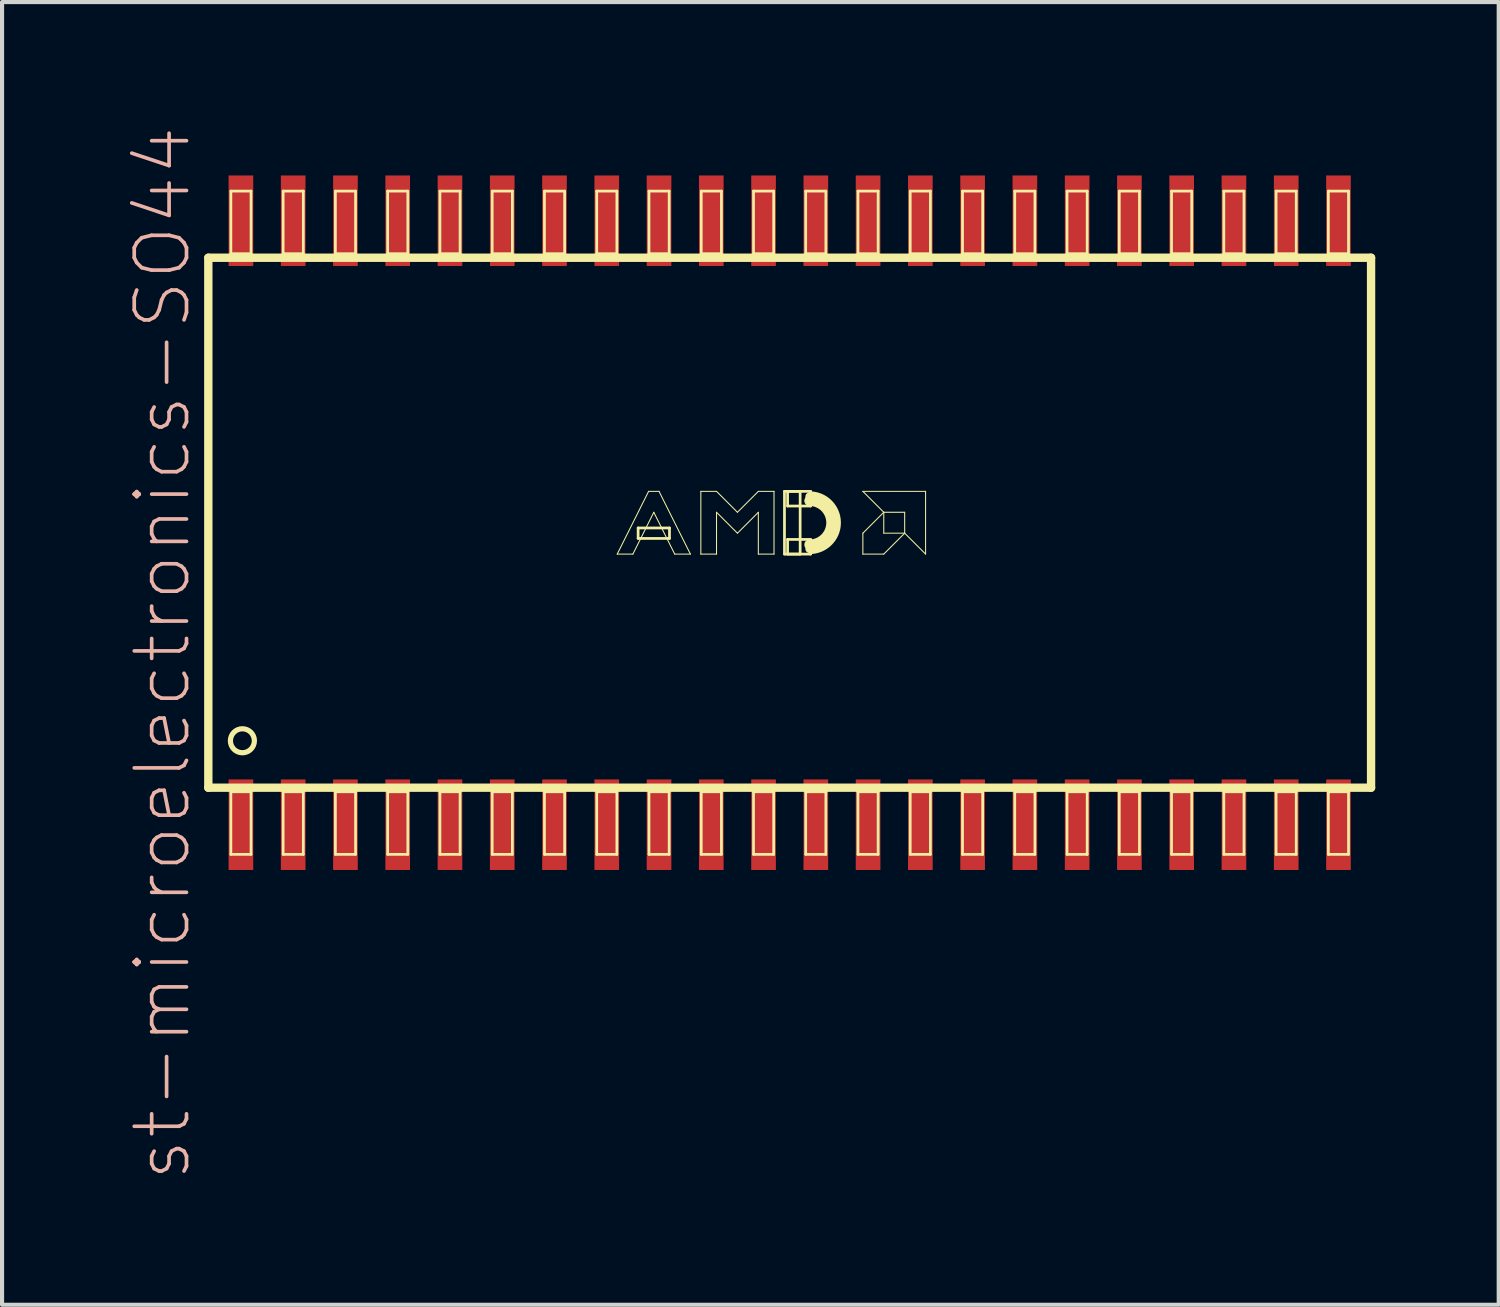
<source format=kicad_pcb>
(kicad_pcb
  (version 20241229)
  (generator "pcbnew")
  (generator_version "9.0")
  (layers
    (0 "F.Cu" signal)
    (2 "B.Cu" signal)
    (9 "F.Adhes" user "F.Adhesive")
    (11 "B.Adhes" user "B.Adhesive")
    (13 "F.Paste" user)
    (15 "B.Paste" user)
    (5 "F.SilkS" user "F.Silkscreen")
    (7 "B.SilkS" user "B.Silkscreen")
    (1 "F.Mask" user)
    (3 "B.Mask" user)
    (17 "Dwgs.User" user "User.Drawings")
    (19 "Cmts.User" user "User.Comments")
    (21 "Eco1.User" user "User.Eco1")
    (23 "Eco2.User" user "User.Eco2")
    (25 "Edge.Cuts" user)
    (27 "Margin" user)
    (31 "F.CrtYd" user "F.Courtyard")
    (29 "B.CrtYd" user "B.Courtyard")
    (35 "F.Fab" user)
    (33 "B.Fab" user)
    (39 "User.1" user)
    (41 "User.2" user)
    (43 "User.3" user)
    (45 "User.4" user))
  (footprint "st-microelectronics-SO44"
    (layer "F.Cu")
    (at 16.139 9.652)
    (property "Reference" "st-microelectronics-SO44" (at -15.24 3.175 90) (layer "B.SilkS") (effects (font (size 1.27 1.27) (thickness 0.089))))
    (attr smd)
    (fp_line (start -14.127 -6.439) (end 14.127 -6.439) (stroke (width 0.203) (type solid)) (layer "F.SilkS"))
    (fp_line (start -14.127 6.439) (end -14.127 -6.439) (stroke (width 0.203) (type solid)) (layer "F.SilkS"))
    (fp_line (start -13.579 -8.059) (end -13.089 -8.059) (stroke (width 0.066) (type solid)) (layer "F.SilkS"))
    (fp_line (start -13.579 -6.538) (end -13.579 -8.059) (stroke (width 0.066) (type solid)) (layer "F.SilkS"))
    (fp_line (start -13.579 -6.538) (end -13.089 -6.538) (stroke (width 0.066) (type solid)) (layer "F.SilkS"))
    (fp_line (start -13.579 6.538) (end -13.089 6.538) (stroke (width 0.066) (type solid)) (layer "F.SilkS"))
    (fp_line (start -13.579 8.059) (end -13.579 6.538) (stroke (width 0.066) (type solid)) (layer "F.SilkS"))
    (fp_line (start -13.579 8.059) (end -13.089 8.059) (stroke (width 0.066) (type solid)) (layer "F.SilkS"))
    (fp_line (start -13.089 -6.538) (end -13.089 -8.059) (stroke (width 0.066) (type solid)) (layer "F.SilkS"))
    (fp_line (start -13.089 8.059) (end -13.089 6.538) (stroke (width 0.066) (type solid)) (layer "F.SilkS"))
    (fp_line (start -12.309 -8.059) (end -11.819 -8.059) (stroke (width 0.066) (type solid)) (layer "F.SilkS"))
    (fp_line (start -12.309 -6.538) (end -12.309 -8.059) (stroke (width 0.066) (type solid)) (layer "F.SilkS"))
    (fp_line (start -12.309 -6.538) (end -11.819 -6.538) (stroke (width 0.066) (type solid)) (layer "F.SilkS"))
    (fp_line (start -12.309 6.538) (end -11.819 6.538) (stroke (width 0.066) (type solid)) (layer "F.SilkS"))
    (fp_line (start -12.309 8.059) (end -12.309 6.538) (stroke (width 0.066) (type solid)) (layer "F.SilkS"))
    (fp_line (start -12.309 8.059) (end -11.819 8.059) (stroke (width 0.066) (type solid)) (layer "F.SilkS"))
    (fp_line (start -11.819 -6.538) (end -11.819 -8.059) (stroke (width 0.066) (type solid)) (layer "F.SilkS"))
    (fp_line (start -11.819 8.059) (end -11.819 6.538) (stroke (width 0.066) (type solid)) (layer "F.SilkS"))
    (fp_line (start -11.039 -8.059) (end -10.549 -8.059) (stroke (width 0.066) (type solid)) (layer "F.SilkS"))
    (fp_line (start -11.039 -6.538) (end -11.039 -8.059) (stroke (width 0.066) (type solid)) (layer "F.SilkS"))
    (fp_line (start -11.039 -6.538) (end -10.549 -6.538) (stroke (width 0.066) (type solid)) (layer "F.SilkS"))
    (fp_line (start -11.039 6.538) (end -10.549 6.538) (stroke (width 0.066) (type solid)) (layer "F.SilkS"))
    (fp_line (start -11.039 8.059) (end -11.039 6.538) (stroke (width 0.066) (type solid)) (layer "F.SilkS"))
    (fp_line (start -11.039 8.059) (end -10.549 8.059) (stroke (width 0.066) (type solid)) (layer "F.SilkS"))
    (fp_line (start -10.549 -6.538) (end -10.549 -8.059) (stroke (width 0.066) (type solid)) (layer "F.SilkS"))
    (fp_line (start -10.549 8.059) (end -10.549 6.538) (stroke (width 0.066) (type solid)) (layer "F.SilkS"))
    (fp_line (start -9.769 -8.059) (end -9.279 -8.059) (stroke (width 0.066) (type solid)) (layer "F.SilkS"))
    (fp_line (start -9.769 -6.538) (end -9.769 -8.059) (stroke (width 0.066) (type solid)) (layer "F.SilkS"))
    (fp_line (start -9.769 -6.538) (end -9.279 -6.538) (stroke (width 0.066) (type solid)) (layer "F.SilkS"))
    (fp_line (start -9.769 6.538) (end -9.279 6.538) (stroke (width 0.066) (type solid)) (layer "F.SilkS"))
    (fp_line (start -9.769 8.059) (end -9.769 6.538) (stroke (width 0.066) (type solid)) (layer "F.SilkS"))
    (fp_line (start -9.769 8.059) (end -9.279 8.059) (stroke (width 0.066) (type solid)) (layer "F.SilkS"))
    (fp_line (start -9.279 -6.538) (end -9.279 -8.059) (stroke (width 0.066) (type solid)) (layer "F.SilkS"))
    (fp_line (start -9.279 8.059) (end -9.279 6.538) (stroke (width 0.066) (type solid)) (layer "F.SilkS"))
    (fp_line (start -8.499 -8.059) (end -8.009 -8.059) (stroke (width 0.066) (type solid)) (layer "F.SilkS"))
    (fp_line (start -8.499 -6.538) (end -8.499 -8.059) (stroke (width 0.066) (type solid)) (layer "F.SilkS"))
    (fp_line (start -8.499 -6.538) (end -8.009 -6.538) (stroke (width 0.066) (type solid)) (layer "F.SilkS"))
    (fp_line (start -8.499 6.538) (end -8.009 6.538) (stroke (width 0.066) (type solid)) (layer "F.SilkS"))
    (fp_line (start -8.499 8.059) (end -8.499 6.538) (stroke (width 0.066) (type solid)) (layer "F.SilkS"))
    (fp_line (start -8.499 8.059) (end -8.009 8.059) (stroke (width 0.066) (type solid)) (layer "F.SilkS"))
    (fp_line (start -8.009 -6.538) (end -8.009 -8.059) (stroke (width 0.066) (type solid)) (layer "F.SilkS"))
    (fp_line (start -8.009 8.059) (end -8.009 6.538) (stroke (width 0.066) (type solid)) (layer "F.SilkS"))
    (fp_line (start -7.229 -8.059) (end -6.739 -8.059) (stroke (width 0.066) (type solid)) (layer "F.SilkS"))
    (fp_line (start -7.229 -6.538) (end -7.229 -8.059) (stroke (width 0.066) (type solid)) (layer "F.SilkS"))
    (fp_line (start -7.229 -6.538) (end -6.739 -6.538) (stroke (width 0.066) (type solid)) (layer "F.SilkS"))
    (fp_line (start -7.229 6.538) (end -6.739 6.538) (stroke (width 0.066) (type solid)) (layer "F.SilkS"))
    (fp_line (start -7.229 8.059) (end -7.229 6.538) (stroke (width 0.066) (type solid)) (layer "F.SilkS"))
    (fp_line (start -7.229 8.059) (end -6.739 8.059) (stroke (width 0.066) (type solid)) (layer "F.SilkS"))
    (fp_line (start -6.739 -6.538) (end -6.739 -8.059) (stroke (width 0.066) (type solid)) (layer "F.SilkS"))
    (fp_line (start -6.739 8.059) (end -6.739 6.538) (stroke (width 0.066) (type solid)) (layer "F.SilkS"))
    (fp_line (start -5.959 -8.059) (end -5.469 -8.059) (stroke (width 0.066) (type solid)) (layer "F.SilkS"))
    (fp_line (start -5.959 -6.538) (end -5.959 -8.059) (stroke (width 0.066) (type solid)) (layer "F.SilkS"))
    (fp_line (start -5.959 -6.538) (end -5.469 -6.538) (stroke (width 0.066) (type solid)) (layer "F.SilkS"))
    (fp_line (start -5.959 6.538) (end -5.469 6.538) (stroke (width 0.066) (type solid)) (layer "F.SilkS"))
    (fp_line (start -5.959 8.059) (end -5.959 6.538) (stroke (width 0.066) (type solid)) (layer "F.SilkS"))
    (fp_line (start -5.959 8.059) (end -5.469 8.059) (stroke (width 0.066) (type solid)) (layer "F.SilkS"))
    (fp_line (start -5.469 -6.538) (end -5.469 -8.059) (stroke (width 0.066) (type solid)) (layer "F.SilkS"))
    (fp_line (start -5.469 8.059) (end -5.469 6.538) (stroke (width 0.066) (type solid)) (layer "F.SilkS"))
    (fp_line (start -4.689 -8.059) (end -4.199 -8.059) (stroke (width 0.066) (type solid)) (layer "F.SilkS"))
    (fp_line (start -4.689 -6.538) (end -4.689 -8.059) (stroke (width 0.066) (type solid)) (layer "F.SilkS"))
    (fp_line (start -4.689 -6.538) (end -4.199 -6.538) (stroke (width 0.066) (type solid)) (layer "F.SilkS"))
    (fp_line (start -4.689 6.538) (end -4.199 6.538) (stroke (width 0.066) (type solid)) (layer "F.SilkS"))
    (fp_line (start -4.689 8.059) (end -4.689 6.538) (stroke (width 0.066) (type solid)) (layer "F.SilkS"))
    (fp_line (start -4.689 8.059) (end -4.199 8.059) (stroke (width 0.066) (type solid)) (layer "F.SilkS"))
    (fp_line (start -4.199 -6.538) (end -4.199 -8.059) (stroke (width 0.066) (type solid)) (layer "F.SilkS"))
    (fp_line (start -4.199 8.059) (end -4.199 6.538) (stroke (width 0.066) (type solid)) (layer "F.SilkS"))
    (fp_line (start -4.191 0.762) (end -3.429 -0.762) (stroke (width 0.025) (type solid)) (layer "F.SilkS"))
    (fp_line (start -3.81 0.762) (end -4.191 0.762) (stroke (width 0.025) (type solid)) (layer "F.SilkS"))
    (fp_line (start -3.683 0.127) (end -2.921 0.127) (stroke (width 0.066) (type solid)) (layer "F.SilkS"))
    (fp_line (start -3.683 0.381) (end -3.683 0.127) (stroke (width 0.066) (type solid)) (layer "F.SilkS"))
    (fp_line (start -3.683 0.381) (end -2.921 0.381) (stroke (width 0.066) (type solid)) (layer "F.SilkS"))
    (fp_line (start -3.429 -0.762) (end -3.175 -0.762) (stroke (width 0.025) (type solid)) (layer "F.SilkS"))
    (fp_line (start -3.419 -8.059) (end -2.929 -8.059) (stroke (width 0.066) (type solid)) (layer "F.SilkS"))
    (fp_line (start -3.419 -6.538) (end -3.419 -8.059) (stroke (width 0.066) (type solid)) (layer "F.SilkS"))
    (fp_line (start -3.419 -6.538) (end -2.929 -6.538) (stroke (width 0.066) (type solid)) (layer "F.SilkS"))
    (fp_line (start -3.419 6.538) (end -2.929 6.538) (stroke (width 0.066) (type solid)) (layer "F.SilkS"))
    (fp_line (start -3.419 8.059) (end -3.419 6.538) (stroke (width 0.066) (type solid)) (layer "F.SilkS"))
    (fp_line (start -3.419 8.059) (end -2.929 8.059) (stroke (width 0.066) (type solid)) (layer "F.SilkS"))
    (fp_line (start -3.302 -0.254) (end -3.81 0.762) (stroke (width 0.025) (type solid)) (layer "F.SilkS"))
    (fp_line (start -3.175 -0.762) (end -2.413 0.762) (stroke (width 0.025) (type solid)) (layer "F.SilkS"))
    (fp_line (start -2.929 -6.538) (end -2.929 -8.059) (stroke (width 0.066) (type solid)) (layer "F.SilkS"))
    (fp_line (start -2.929 8.059) (end -2.929 6.538) (stroke (width 0.066) (type solid)) (layer "F.SilkS"))
    (fp_line (start -2.921 0.381) (end -2.921 0.127) (stroke (width 0.066) (type solid)) (layer "F.SilkS"))
    (fp_line (start -2.794 0.762) (end -3.302 -0.254) (stroke (width 0.025) (type solid)) (layer "F.SilkS"))
    (fp_line (start -2.413 0.762) (end -2.794 0.762) (stroke (width 0.025) (type solid)) (layer "F.SilkS"))
    (fp_line (start -2.159 -0.762) (end -1.778 -0.762) (stroke (width 0.025) (type solid)) (layer "F.SilkS"))
    (fp_line (start -2.159 0.762) (end -2.159 -0.762) (stroke (width 0.025) (type solid)) (layer "F.SilkS"))
    (fp_line (start -2.149 -8.059) (end -1.659 -8.059) (stroke (width 0.066) (type solid)) (layer "F.SilkS"))
    (fp_line (start -2.149 -6.538) (end -2.149 -8.059) (stroke (width 0.066) (type solid)) (layer "F.SilkS"))
    (fp_line (start -2.149 -6.538) (end -1.659 -6.538) (stroke (width 0.066) (type solid)) (layer "F.SilkS"))
    (fp_line (start -2.149 6.538) (end -1.659 6.538) (stroke (width 0.066) (type solid)) (layer "F.SilkS"))
    (fp_line (start -2.149 8.059) (end -2.149 6.538) (stroke (width 0.066) (type solid)) (layer "F.SilkS"))
    (fp_line (start -2.149 8.059) (end -1.659 8.059) (stroke (width 0.066) (type solid)) (layer "F.SilkS"))
    (fp_line (start -1.778 -0.762) (end -1.27 -0.254) (stroke (width 0.025) (type solid)) (layer "F.SilkS"))
    (fp_line (start -1.778 -0.254) (end -1.778 0.762) (stroke (width 0.025) (type solid)) (layer "F.SilkS"))
    (fp_line (start -1.778 0.762) (end -2.159 0.762) (stroke (width 0.025) (type solid)) (layer "F.SilkS"))
    (fp_line (start -1.659 -6.538) (end -1.659 -8.059) (stroke (width 0.066) (type solid)) (layer "F.SilkS"))
    (fp_line (start -1.659 8.059) (end -1.659 6.538) (stroke (width 0.066) (type solid)) (layer "F.SilkS"))
    (fp_line (start -1.27 -0.254) (end -0.762 -0.762) (stroke (width 0.025) (type solid)) (layer "F.SilkS"))
    (fp_line (start -1.27 0.254) (end -1.778 -0.254) (stroke (width 0.025) (type solid)) (layer "F.SilkS"))
    (fp_line (start -0.879 -8.059) (end -0.389 -8.059) (stroke (width 0.066) (type solid)) (layer "F.SilkS"))
    (fp_line (start -0.879 -6.538) (end -0.879 -8.059) (stroke (width 0.066) (type solid)) (layer "F.SilkS"))
    (fp_line (start -0.879 -6.538) (end -0.389 -6.538) (stroke (width 0.066) (type solid)) (layer "F.SilkS"))
    (fp_line (start -0.879 6.538) (end -0.389 6.538) (stroke (width 0.066) (type solid)) (layer "F.SilkS"))
    (fp_line (start -0.879 8.059) (end -0.879 6.538) (stroke (width 0.066) (type solid)) (layer "F.SilkS"))
    (fp_line (start -0.879 8.059) (end -0.389 8.059) (stroke (width 0.066) (type solid)) (layer "F.SilkS"))
    (fp_line (start -0.762 -0.762) (end -0.381 -0.762) (stroke (width 0.025) (type solid)) (layer "F.SilkS"))
    (fp_line (start -0.762 -0.254) (end -1.27 0.254) (stroke (width 0.025) (type solid)) (layer "F.SilkS"))
    (fp_line (start -0.762 0.762) (end -0.762 -0.254) (stroke (width 0.025) (type solid)) (layer "F.SilkS"))
    (fp_line (start -0.389 -6.538) (end -0.389 -8.059) (stroke (width 0.066) (type solid)) (layer "F.SilkS"))
    (fp_line (start -0.389 8.059) (end -0.389 6.538) (stroke (width 0.066) (type solid)) (layer "F.SilkS"))
    (fp_line (start -0.381 -0.762) (end -0.381 0.762) (stroke (width 0.025) (type solid)) (layer "F.SilkS"))
    (fp_line (start -0.381 0.762) (end -0.762 0.762) (stroke (width 0.025) (type solid)) (layer "F.SilkS"))
    (fp_line (start -0.127 -0.762) (end 0.254 -0.762) (stroke (width 0.066) (type solid)) (layer "F.SilkS"))
    (fp_line (start -0.127 0.762) (end -0.127 -0.762) (stroke (width 0.066) (type solid)) (layer "F.SilkS"))
    (fp_line (start -0.127 0.762) (end 0.254 0.762) (stroke (width 0.066) (type solid)) (layer "F.SilkS"))
    (fp_line (start -0.051 -0.762) (end 0.508 -0.762) (stroke (width 0.066) (type solid)) (layer "F.SilkS"))
    (fp_line (start -0.051 -0.406) (end -0.051 -0.762) (stroke (width 0.066) (type solid)) (layer "F.SilkS"))
    (fp_line (start -0.051 -0.406) (end 0.508 -0.406) (stroke (width 0.066) (type solid)) (layer "F.SilkS"))
    (fp_line (start -0.051 0.406) (end 0.508 0.406) (stroke (width 0.066) (type solid)) (layer "F.SilkS"))
    (fp_line (start -0.051 0.762) (end -0.051 0.406) (stroke (width 0.066) (type solid)) (layer "F.SilkS"))
    (fp_line (start -0.051 0.762) (end 0.508 0.762) (stroke (width 0.066) (type solid)) (layer "F.SilkS"))
    (fp_line (start 0.254 0.762) (end 0.254 -0.762) (stroke (width 0.066) (type solid)) (layer "F.SilkS"))
    (fp_line (start 0.389 -8.059) (end 0.879 -8.059) (stroke (width 0.066) (type solid)) (layer "F.SilkS"))
    (fp_line (start 0.389 -6.538) (end 0.389 -8.059) (stroke (width 0.066) (type solid)) (layer "F.SilkS"))
    (fp_line (start 0.389 -6.538) (end 0.879 -6.538) (stroke (width 0.066) (type solid)) (layer "F.SilkS"))
    (fp_line (start 0.389 6.538) (end 0.879 6.538) (stroke (width 0.066) (type solid)) (layer "F.SilkS"))
    (fp_line (start 0.389 8.059) (end 0.389 6.538) (stroke (width 0.066) (type solid)) (layer "F.SilkS"))
    (fp_line (start 0.389 8.059) (end 0.879 8.059) (stroke (width 0.066) (type solid)) (layer "F.SilkS"))
    (fp_line (start 0.508 -0.406) (end 0.508 -0.762) (stroke (width 0.066) (type solid)) (layer "F.SilkS"))
    (fp_line (start 0.508 0.762) (end 0.508 0.406) (stroke (width 0.066) (type solid)) (layer "F.SilkS"))
    (fp_line (start 0.879 -6.538) (end 0.879 -8.059) (stroke (width 0.066) (type solid)) (layer "F.SilkS"))
    (fp_line (start 0.879 8.059) (end 0.879 6.538) (stroke (width 0.066) (type solid)) (layer "F.SilkS"))
    (fp_line (start 1.659 -8.059) (end 2.149 -8.059) (stroke (width 0.066) (type solid)) (layer "F.SilkS"))
    (fp_line (start 1.659 -6.538) (end 1.659 -8.059) (stroke (width 0.066) (type solid)) (layer "F.SilkS"))
    (fp_line (start 1.659 -6.538) (end 2.149 -6.538) (stroke (width 0.066) (type solid)) (layer "F.SilkS"))
    (fp_line (start 1.659 6.538) (end 2.149 6.538) (stroke (width 0.066) (type solid)) (layer "F.SilkS"))
    (fp_line (start 1.659 8.059) (end 1.659 6.538) (stroke (width 0.066) (type solid)) (layer "F.SilkS"))
    (fp_line (start 1.659 8.059) (end 2.149 8.059) (stroke (width 0.066) (type solid)) (layer "F.SilkS"))
    (fp_line (start 1.778 -0.762) (end 3.302 -0.762) (stroke (width 0.025) (type solid)) (layer "F.SilkS"))
    (fp_line (start 1.778 0.254) (end 1.778 0.762) (stroke (width 0.025) (type solid)) (layer "F.SilkS"))
    (fp_line (start 1.778 0.762) (end 2.286 0.762) (stroke (width 0.025) (type solid)) (layer "F.SilkS"))
    (fp_line (start 2.149 -6.538) (end 2.149 -8.059) (stroke (width 0.066) (type solid)) (layer "F.SilkS"))
    (fp_line (start 2.149 8.059) (end 2.149 6.538) (stroke (width 0.066) (type solid)) (layer "F.SilkS"))
    (fp_line (start 2.286 -0.254) (end 1.778 -0.762) (stroke (width 0.025) (type solid)) (layer "F.SilkS"))
    (fp_line (start 2.286 -0.254) (end 1.778 0.254) (stroke (width 0.025) (type solid)) (layer "F.SilkS"))
    (fp_line (start 2.286 0.254) (end 2.286 -0.254) (stroke (width 0.025) (type solid)) (layer "F.SilkS"))
    (fp_line (start 2.286 0.762) (end 2.794 0.254) (stroke (width 0.025) (type solid)) (layer "F.SilkS"))
    (fp_line (start 2.794 -0.254) (end 2.286 -0.254) (stroke (width 0.025) (type solid)) (layer "F.SilkS"))
    (fp_line (start 2.794 0.254) (end 2.286 0.254) (stroke (width 0.025) (type solid)) (layer "F.SilkS"))
    (fp_line (start 2.794 0.254) (end 2.794 -0.254) (stroke (width 0.025) (type solid)) (layer "F.SilkS"))
    (fp_line (start 2.929 -8.059) (end 3.419 -8.059) (stroke (width 0.066) (type solid)) (layer "F.SilkS"))
    (fp_line (start 2.929 -6.538) (end 2.929 -8.059) (stroke (width 0.066) (type solid)) (layer "F.SilkS"))
    (fp_line (start 2.929 -6.538) (end 3.419 -6.538) (stroke (width 0.066) (type solid)) (layer "F.SilkS"))
    (fp_line (start 2.929 6.538) (end 3.419 6.538) (stroke (width 0.066) (type solid)) (layer "F.SilkS"))
    (fp_line (start 2.929 8.059) (end 2.929 6.538) (stroke (width 0.066) (type solid)) (layer "F.SilkS"))
    (fp_line (start 2.929 8.059) (end 3.419 8.059) (stroke (width 0.066) (type solid)) (layer "F.SilkS"))
    (fp_line (start 3.302 -0.762) (end 3.302 0.762) (stroke (width 0.025) (type solid)) (layer "F.SilkS"))
    (fp_line (start 3.302 0.762) (end 2.794 0.254) (stroke (width 0.025) (type solid)) (layer "F.SilkS"))
    (fp_line (start 3.419 -6.538) (end 3.419 -8.059) (stroke (width 0.066) (type solid)) (layer "F.SilkS"))
    (fp_line (start 3.419 8.059) (end 3.419 6.538) (stroke (width 0.066) (type solid)) (layer "F.SilkS"))
    (fp_line (start 4.199 -8.059) (end 4.689 -8.059) (stroke (width 0.066) (type solid)) (layer "F.SilkS"))
    (fp_line (start 4.199 -6.538) (end 4.199 -8.059) (stroke (width 0.066) (type solid)) (layer "F.SilkS"))
    (fp_line (start 4.199 -6.538) (end 4.689 -6.538) (stroke (width 0.066) (type solid)) (layer "F.SilkS"))
    (fp_line (start 4.199 6.538) (end 4.689 6.538) (stroke (width 0.066) (type solid)) (layer "F.SilkS"))
    (fp_line (start 4.199 8.059) (end 4.199 6.538) (stroke (width 0.066) (type solid)) (layer "F.SilkS"))
    (fp_line (start 4.199 8.059) (end 4.689 8.059) (stroke (width 0.066) (type solid)) (layer "F.SilkS"))
    (fp_line (start 4.689 -6.538) (end 4.689 -8.059) (stroke (width 0.066) (type solid)) (layer "F.SilkS"))
    (fp_line (start 4.689 8.059) (end 4.689 6.538) (stroke (width 0.066) (type solid)) (layer "F.SilkS"))
    (fp_line (start 5.469 -8.059) (end 5.959 -8.059) (stroke (width 0.066) (type solid)) (layer "F.SilkS"))
    (fp_line (start 5.469 -6.538) (end 5.469 -8.059) (stroke (width 0.066) (type solid)) (layer "F.SilkS"))
    (fp_line (start 5.469 -6.538) (end 5.959 -6.538) (stroke (width 0.066) (type solid)) (layer "F.SilkS"))
    (fp_line (start 5.469 6.538) (end 5.959 6.538) (stroke (width 0.066) (type solid)) (layer "F.SilkS"))
    (fp_line (start 5.469 8.059) (end 5.469 6.538) (stroke (width 0.066) (type solid)) (layer "F.SilkS"))
    (fp_line (start 5.469 8.059) (end 5.959 8.059) (stroke (width 0.066) (type solid)) (layer "F.SilkS"))
    (fp_line (start 5.959 -6.538) (end 5.959 -8.059) (stroke (width 0.066) (type solid)) (layer "F.SilkS"))
    (fp_line (start 5.959 8.059) (end 5.959 6.538) (stroke (width 0.066) (type solid)) (layer "F.SilkS"))
    (fp_line (start 6.739 -8.059) (end 7.229 -8.059) (stroke (width 0.066) (type solid)) (layer "F.SilkS"))
    (fp_line (start 6.739 -6.538) (end 6.739 -8.059) (stroke (width 0.066) (type solid)) (layer "F.SilkS"))
    (fp_line (start 6.739 -6.538) (end 7.229 -6.538) (stroke (width 0.066) (type solid)) (layer "F.SilkS"))
    (fp_line (start 6.739 6.538) (end 7.229 6.538) (stroke (width 0.066) (type solid)) (layer "F.SilkS"))
    (fp_line (start 6.739 8.059) (end 6.739 6.538) (stroke (width 0.066) (type solid)) (layer "F.SilkS"))
    (fp_line (start 6.739 8.059) (end 7.229 8.059) (stroke (width 0.066) (type solid)) (layer "F.SilkS"))
    (fp_line (start 7.229 -6.538) (end 7.229 -8.059) (stroke (width 0.066) (type solid)) (layer "F.SilkS"))
    (fp_line (start 7.229 8.059) (end 7.229 6.538) (stroke (width 0.066) (type solid)) (layer "F.SilkS"))
    (fp_line (start 8.009 -8.059) (end 8.499 -8.059) (stroke (width 0.066) (type solid)) (layer "F.SilkS"))
    (fp_line (start 8.009 -6.538) (end 8.009 -8.059) (stroke (width 0.066) (type solid)) (layer "F.SilkS"))
    (fp_line (start 8.009 -6.538) (end 8.499 -6.538) (stroke (width 0.066) (type solid)) (layer "F.SilkS"))
    (fp_line (start 8.009 6.538) (end 8.499 6.538) (stroke (width 0.066) (type solid)) (layer "F.SilkS"))
    (fp_line (start 8.009 8.059) (end 8.009 6.538) (stroke (width 0.066) (type solid)) (layer "F.SilkS"))
    (fp_line (start 8.009 8.059) (end 8.499 8.059) (stroke (width 0.066) (type solid)) (layer "F.SilkS"))
    (fp_line (start 8.499 -6.538) (end 8.499 -8.059) (stroke (width 0.066) (type solid)) (layer "F.SilkS"))
    (fp_line (start 8.499 8.059) (end 8.499 6.538) (stroke (width 0.066) (type solid)) (layer "F.SilkS"))
    (fp_line (start 9.279 -8.059) (end 9.769 -8.059) (stroke (width 0.066) (type solid)) (layer "F.SilkS"))
    (fp_line (start 9.279 -6.538) (end 9.279 -8.059) (stroke (width 0.066) (type solid)) (layer "F.SilkS"))
    (fp_line (start 9.279 -6.538) (end 9.769 -6.538) (stroke (width 0.066) (type solid)) (layer "F.SilkS"))
    (fp_line (start 9.279 6.538) (end 9.769 6.538) (stroke (width 0.066) (type solid)) (layer "F.SilkS"))
    (fp_line (start 9.279 8.059) (end 9.279 6.538) (stroke (width 0.066) (type solid)) (layer "F.SilkS"))
    (fp_line (start 9.279 8.059) (end 9.769 8.059) (stroke (width 0.066) (type solid)) (layer "F.SilkS"))
    (fp_line (start 9.769 -6.538) (end 9.769 -8.059) (stroke (width 0.066) (type solid)) (layer "F.SilkS"))
    (fp_line (start 9.769 8.059) (end 9.769 6.538) (stroke (width 0.066) (type solid)) (layer "F.SilkS"))
    (fp_line (start 10.549 -8.059) (end 11.039 -8.059) (stroke (width 0.066) (type solid)) (layer "F.SilkS"))
    (fp_line (start 10.549 -6.538) (end 10.549 -8.059) (stroke (width 0.066) (type solid)) (layer "F.SilkS"))
    (fp_line (start 10.549 -6.538) (end 11.039 -6.538) (stroke (width 0.066) (type solid)) (layer "F.SilkS"))
    (fp_line (start 10.549 6.538) (end 11.039 6.538) (stroke (width 0.066) (type solid)) (layer "F.SilkS"))
    (fp_line (start 10.549 8.059) (end 10.549 6.538) (stroke (width 0.066) (type solid)) (layer "F.SilkS"))
    (fp_line (start 10.549 8.059) (end 11.039 8.059) (stroke (width 0.066) (type solid)) (layer "F.SilkS"))
    (fp_line (start 11.039 -6.538) (end 11.039 -8.059) (stroke (width 0.066) (type solid)) (layer "F.SilkS"))
    (fp_line (start 11.039 8.059) (end 11.039 6.538) (stroke (width 0.066) (type solid)) (layer "F.SilkS"))
    (fp_line (start 11.819 -8.059) (end 12.309 -8.059) (stroke (width 0.066) (type solid)) (layer "F.SilkS"))
    (fp_line (start 11.819 -6.538) (end 11.819 -8.059) (stroke (width 0.066) (type solid)) (layer "F.SilkS"))
    (fp_line (start 11.819 -6.538) (end 12.309 -6.538) (stroke (width 0.066) (type solid)) (layer "F.SilkS"))
    (fp_line (start 11.819 6.538) (end 12.309 6.538) (stroke (width 0.066) (type solid)) (layer "F.SilkS"))
    (fp_line (start 11.819 8.059) (end 11.819 6.538) (stroke (width 0.066) (type solid)) (layer "F.SilkS"))
    (fp_line (start 11.819 8.059) (end 12.309 8.059) (stroke (width 0.066) (type solid)) (layer "F.SilkS"))
    (fp_line (start 12.309 -6.538) (end 12.309 -8.059) (stroke (width 0.066) (type solid)) (layer "F.SilkS"))
    (fp_line (start 12.309 8.059) (end 12.309 6.538) (stroke (width 0.066) (type solid)) (layer "F.SilkS"))
    (fp_line (start 13.089 -8.059) (end 13.579 -8.059) (stroke (width 0.066) (type solid)) (layer "F.SilkS"))
    (fp_line (start 13.089 -6.538) (end 13.089 -8.059) (stroke (width 0.066) (type solid)) (layer "F.SilkS"))
    (fp_line (start 13.089 -6.538) (end 13.579 -6.538) (stroke (width 0.066) (type solid)) (layer "F.SilkS"))
    (fp_line (start 13.089 6.538) (end 13.579 6.538) (stroke (width 0.066) (type solid)) (layer "F.SilkS"))
    (fp_line (start 13.089 8.059) (end 13.089 6.538) (stroke (width 0.066) (type solid)) (layer "F.SilkS"))
    (fp_line (start 13.089 8.059) (end 13.579 8.059) (stroke (width 0.066) (type solid)) (layer "F.SilkS"))
    (fp_line (start 13.579 -6.538) (end 13.579 -8.059) (stroke (width 0.066) (type solid)) (layer "F.SilkS"))
    (fp_line (start 13.579 8.059) (end 13.579 6.538) (stroke (width 0.066) (type solid)) (layer "F.SilkS"))
    (fp_line (start 14.127 -6.439) (end 14.127 6.439) (stroke (width 0.203) (type solid)) (layer "F.SilkS"))
    (fp_line (start 14.127 6.439) (end -14.127 6.439) (stroke (width 0.203) (type solid)) (layer "F.SilkS"))
    (fp_arc (start 0.4826 -0.7366) (mid 1.2192 0) (end 0.4826 0.7366) (stroke (width 0.0508) (type solid)) (layer "F.SilkS"))
    (fp_arc (start 0.4826 -0.635) (mid 1.1176 0) (end 0.4826 0.635) (stroke (width 0.2032) (type solid)) (layer "F.SilkS"))
    (fp_arc (start 0.4826 -0.5334) (mid 1.016 0) (end 0.4826 0.5334) (stroke (width 0.254) (type solid)) (layer "F.SilkS"))
    (fp_circle (center -13.299 5.298) (end -13.505 5.504) (stroke (width 0.127) (type solid)) (fill no) (layer "F.SilkS"))
    (pad "1" smd rect (at -13.335 7.338) (size 0.599 2.2) (layers "F.Cu" "F.Mask" "F.Paste"))
    (pad "2" smd rect (at -12.065 7.338) (size 0.599 2.2) (layers "F.Cu" "F.Mask" "F.Paste"))
    (pad "3" smd rect (at -10.795 7.338) (size 0.599 2.2) (layers "F.Cu" "F.Mask" "F.Paste"))
    (pad "4" smd rect (at -9.525 7.338) (size 0.599 2.2) (layers "F.Cu" "F.Mask" "F.Paste"))
    (pad "5" smd rect (at -8.255 7.338) (size 0.599 2.2) (layers "F.Cu" "F.Mask" "F.Paste"))
    (pad "6" smd rect (at -6.985 7.338) (size 0.599 2.2) (layers "F.Cu" "F.Mask" "F.Paste"))
    (pad "7" smd rect (at -5.715 7.338) (size 0.599 2.2) (layers "F.Cu" "F.Mask" "F.Paste"))
    (pad "8" smd rect (at -4.445 7.338) (size 0.599 2.2) (layers "F.Cu" "F.Mask" "F.Paste"))
    (pad "9" smd rect (at -3.175 7.338) (size 0.599 2.2) (layers "F.Cu" "F.Mask" "F.Paste"))
    (pad "10" smd rect (at -1.905 7.338) (size 0.599 2.2) (layers "F.Cu" "F.Mask" "F.Paste"))
    (pad "11" smd rect (at -0.635 7.338) (size 0.599 2.2) (layers "F.Cu" "F.Mask" "F.Paste"))
    (pad "12" smd rect (at 0.635 7.338) (size 0.599 2.2) (layers "F.Cu" "F.Mask" "F.Paste"))
    (pad "13" smd rect (at 1.905 7.338) (size 0.599 2.2) (layers "F.Cu" "F.Mask" "F.Paste"))
    (pad "14" smd rect (at 3.175 7.338) (size 0.599 2.2) (layers "F.Cu" "F.Mask" "F.Paste"))
    (pad "15" smd rect (at 4.445 7.338) (size 0.599 2.2) (layers "F.Cu" "F.Mask" "F.Paste"))
    (pad "16" smd rect (at 5.715 7.338) (size 0.599 2.2) (layers "F.Cu" "F.Mask" "F.Paste"))
    (pad "17" smd rect (at 6.985 7.338) (size 0.599 2.2) (layers "F.Cu" "F.Mask" "F.Paste"))
    (pad "18" smd rect (at 8.255 7.338) (size 0.599 2.2) (layers "F.Cu" "F.Mask" "F.Paste"))
    (pad "19" smd rect (at 9.525 7.338) (size 0.599 2.2) (layers "F.Cu" "F.Mask" "F.Paste"))
    (pad "20" smd rect (at 10.795 7.338) (size 0.599 2.2) (layers "F.Cu" "F.Mask" "F.Paste"))
    (pad "21" smd rect (at 12.065 7.338) (size 0.599 2.2) (layers "F.Cu" "F.Mask" "F.Paste"))
    (pad "22" smd rect (at 13.335 7.338) (size 0.599 2.2) (layers "F.Cu" "F.Mask" "F.Paste"))
    (pad "23" smd rect (at 13.335 -7.338) (size 0.599 2.2) (layers "F.Cu" "F.Mask" "F.Paste"))
    (pad "24" smd rect (at 12.065 -7.338) (size 0.599 2.2) (layers "F.Cu" "F.Mask" "F.Paste"))
    (pad "25" smd rect (at 10.795 -7.338) (size 0.599 2.2) (layers "F.Cu" "F.Mask" "F.Paste"))
    (pad "26" smd rect (at 9.525 -7.338) (size 0.599 2.2) (layers "F.Cu" "F.Mask" "F.Paste"))
    (pad "27" smd rect (at 8.255 -7.338) (size 0.599 2.2) (layers "F.Cu" "F.Mask" "F.Paste"))
    (pad "28" smd rect (at 6.985 -7.338) (size 0.599 2.2) (layers "F.Cu" "F.Mask" "F.Paste"))
    (pad "29" smd rect (at 5.715 -7.338) (size 0.599 2.2) (layers "F.Cu" "F.Mask" "F.Paste"))
    (pad "30" smd rect (at 4.445 -7.338) (size 0.599 2.2) (layers "F.Cu" "F.Mask" "F.Paste"))
    (pad "31" smd rect (at 3.175 -7.338) (size 0.599 2.2) (layers "F.Cu" "F.Mask" "F.Paste"))
    (pad "32" smd rect (at 1.905 -7.338) (size 0.599 2.2) (layers "F.Cu" "F.Mask" "F.Paste"))
    (pad "33" smd rect (at 0.635 -7.338) (size 0.599 2.2) (layers "F.Cu" "F.Mask" "F.Paste"))
    (pad "34" smd rect (at -0.635 -7.338) (size 0.599 2.2) (layers "F.Cu" "F.Mask" "F.Paste"))
    (pad "35" smd rect (at -1.905 -7.338) (size 0.599 2.2) (layers "F.Cu" "F.Mask" "F.Paste"))
    (pad "36" smd rect (at -3.175 -7.338) (size 0.599 2.2) (layers "F.Cu" "F.Mask" "F.Paste"))
    (pad "37" smd rect (at -4.445 -7.338) (size 0.599 2.2) (layers "F.Cu" "F.Mask" "F.Paste"))
    (pad "38" smd rect (at -5.715 -7.338) (size 0.599 2.2) (layers "F.Cu" "F.Mask" "F.Paste"))
    (pad "39" smd rect (at -6.985 -7.338) (size 0.599 2.2) (layers "F.Cu" "F.Mask" "F.Paste"))
    (pad "40" smd rect (at -8.255 -7.338) (size 0.599 2.2) (layers "F.Cu" "F.Mask" "F.Paste"))
    (pad "41" smd rect (at -9.525 -7.338) (size 0.599 2.2) (layers "F.Cu" "F.Mask" "F.Paste"))
    (pad "42" smd rect (at -10.795 -7.338) (size 0.599 2.2) (layers "F.Cu" "F.Mask" "F.Paste"))
    (pad "43" smd rect (at -12.065 -7.338) (size 0.599 2.2) (layers "F.Cu" "F.Mask" "F.Paste"))
    (pad "44" smd rect (at -13.335 -7.338) (size 0.599 2.2) (layers "F.Cu" "F.Mask" "F.Paste")))
  (gr_rect
    (start -3 -3)
    (end 33.368 28.655)
    (stroke (width 0.1) (type default))
    (fill no)
    (layer "Edge.Cuts")))
</source>
